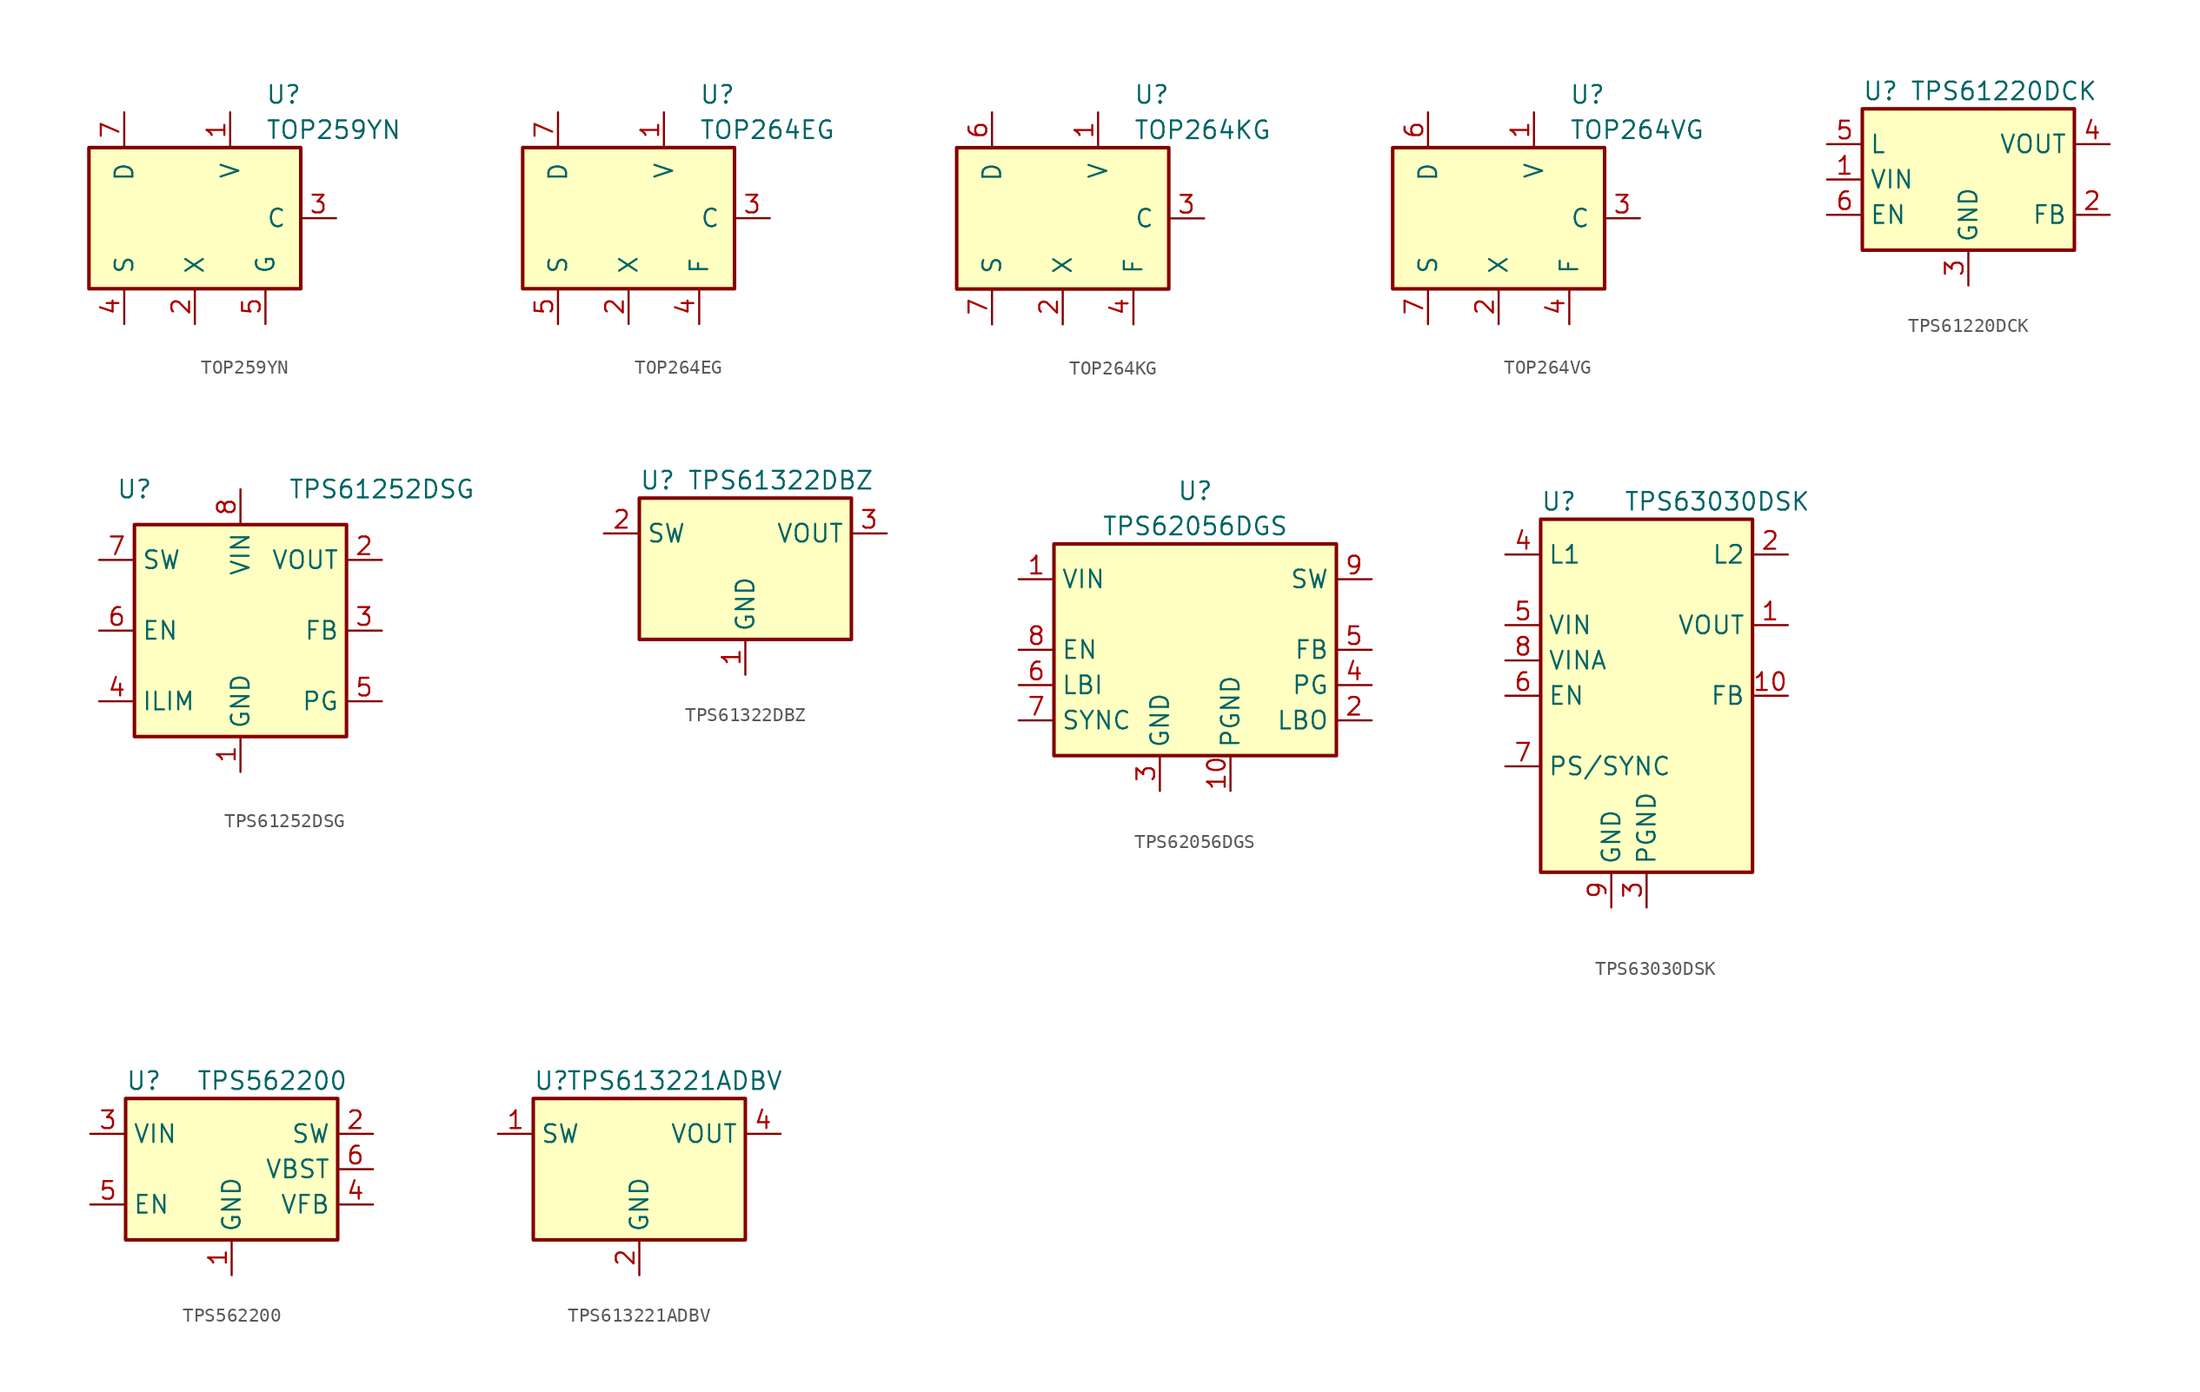
<source format=kicad_sym>
(kicad_symbol_lib
  (version 20201005)
  (generator kicad_symbol_editor)
  (symbol "TOP259YN"
    (pin_names
      (offset 1.016))
    (property "Reference" "U"
      (at 5.08 8.89 0)
      (effects (font (size 1.27 1.27)) (justify left)))
    (property "Value" "TOP259YN"
      (at 5.08 6.35 0)
      (effects (font (size 1.27 1.27)) (justify left)))
    (symbol "TOP259YN_0_1"
      (rectangle (start -7.62 5.08) (end 7.62 -5.08) (stroke (width 0.254)) (fill (type background))))
    (symbol "TOP259YN_1_1"
      (pin input line (at 2.54 7.62 270) (length 2.54) (name "V" (effects (font (size 1.27 1.27)))) (number "1" (effects (font (size 1.27 1.27)))))
      (pin input line (at 0 -7.62 90) (length 2.54) (name "X" (effects (font (size 1.27 1.27)))) (number "2" (effects (font (size 1.27 1.27)))))
      (pin input line (at 10.16 0 180) (length 2.54) (name "C" (effects (font (size 1.27 1.27)))) (number "3" (effects (font (size 1.27 1.27)))))
      (pin power_in line (at -5.08 -7.62 90) (length 2.54) (name "S" (effects (font (size 1.27 1.27)))) (number "4" (effects (font (size 1.27 1.27)))))
      (pin passive line (at 5.08 -7.62 90) (length 2.54) (name "G" (effects (font (size 1.27 1.27)))) (number "5" (effects (font (size 1.27 1.27)))))
      (pin open_collector line (at -5.08 7.62 270) (length 2.54) (name "D" (effects (font (size 1.27 1.27)))) (number "7" (effects (font (size 1.27 1.27)))))))
  (symbol "TOP264EG"
    (pin_names
      (offset 1.016))
    (property "Reference" "U"
      (at 5.08 8.89 0)
      (effects (font (size 1.27 1.27)) (justify left)))
    (property "Value" "TOP264EG"
      (at 5.08 6.35 0)
      (effects (font (size 1.27 1.27)) (justify left)))
    (symbol "TOP264EG_0_1"
      (rectangle (start -7.62 5.08) (end 7.62 -5.08) (stroke (width 0.254)) (fill (type background))))
    (symbol "TOP264EG_1_1"
      (pin input line (at 2.54 7.62 270) (length 2.54) (name "V" (effects (font (size 1.27 1.27)))) (number "1" (effects (font (size 1.27 1.27)))))
      (pin input line (at 0 -7.62 90) (length 2.54) (name "X" (effects (font (size 1.27 1.27)))) (number "2" (effects (font (size 1.27 1.27)))))
      (pin input line (at 10.16 0 180) (length 2.54) (name "C" (effects (font (size 1.27 1.27)))) (number "3" (effects (font (size 1.27 1.27)))))
      (pin passive line (at 5.08 -7.62 90) (length 2.54) (name "F" (effects (font (size 1.27 1.27)))) (number "4" (effects (font (size 1.27 1.27)))))
      (pin power_in line (at -5.08 -7.62 90) (length 2.54) (name "S" (effects (font (size 1.27 1.27)))) (number "5" (effects (font (size 1.27 1.27)))))
      (pin open_collector line (at -5.08 7.62 270) (length 2.54) (name "D" (effects (font (size 1.27 1.27)))) (number "7" (effects (font (size 1.27 1.27)))))))
  (symbol "TOP264KG"
    (pin_names
      (offset 1.016))
    (property "Reference" "U"
      (at 5.08 8.89 0)
      (effects (font (size 1.27 1.27)) (justify left)))
    (property "Value" "TOP264KG"
      (at 5.08 6.35 0)
      (effects (font (size 1.27 1.27)) (justify left)))
    (symbol "TOP264KG_0_1"
      (rectangle (start -7.62 5.08) (end 7.62 -5.08) (stroke (width 0.254)) (fill (type background))))
    (symbol "TOP264KG_1_1"
      (pin input line (at 2.54 7.62 270) (length 2.54) (name "V" (effects (font (size 1.27 1.27)))) (number "1" (effects (font (size 1.27 1.27)))))
      (pin passive line (at -5.08 -7.62 90) (length 2.54) hide (name "S" (effects (font (size 1.27 1.27)))) (number "10" (effects (font (size 1.27 1.27)))))
      (pin passive line (at -5.08 -7.62 90) (length 2.54) hide (name "S" (effects (font (size 1.27 1.27)))) (number "11" (effects (font (size 1.27 1.27)))))
      (pin passive line (at -5.08 -7.62 90) (length 2.54) hide (name "S" (effects (font (size 1.27 1.27)))) (number "12" (effects (font (size 1.27 1.27)))))
      (pin input line (at 0 -7.62 90) (length 2.54) (name "X" (effects (font (size 1.27 1.27)))) (number "2" (effects (font (size 1.27 1.27)))))
      (pin input line (at 10.16 0 180) (length 2.54) (name "C" (effects (font (size 1.27 1.27)))) (number "3" (effects (font (size 1.27 1.27)))))
      (pin passive line (at 5.08 -7.62 90) (length 2.54) (name "F" (effects (font (size 1.27 1.27)))) (number "4" (effects (font (size 1.27 1.27)))))
      (pin open_collector line (at -5.08 7.62 270) (length 2.54) (name "D" (effects (font (size 1.27 1.27)))) (number "6" (effects (font (size 1.27 1.27)))))
      (pin power_in line (at -5.08 -7.62 90) (length 2.54) (name "S" (effects (font (size 1.27 1.27)))) (number "7" (effects (font (size 1.27 1.27)))))
      (pin passive line (at -5.08 -7.62 90) (length 2.54) hide (name "S" (effects (font (size 1.27 1.27)))) (number "8" (effects (font (size 1.27 1.27)))))
      (pin passive line (at -5.08 -7.62 90) (length 2.54) hide (name "S" (effects (font (size 1.27 1.27)))) (number "9" (effects (font (size 1.27 1.27)))))))
  (symbol "TOP264VG"
    (pin_names
      (offset 1.016))
    (property "Reference" "U"
      (at 5.08 8.89 0)
      (effects (font (size 1.27 1.27)) (justify left)))
    (property "Value" "TOP264VG"
      (at 5.08 6.35 0)
      (effects (font (size 1.27 1.27)) (justify left)))
    (symbol "TOP264VG_0_1"
      (rectangle (start -7.62 5.08) (end 7.62 -5.08) (stroke (width 0.254)) (fill (type background))))
    (symbol "TOP264VG_1_1"
      (pin input line (at 2.54 7.62 270) (length 2.54) (name "V" (effects (font (size 1.27 1.27)))) (number "1" (effects (font (size 1.27 1.27)))))
      (pin passive line (at -5.08 -7.62 90) (length 2.54) hide (name "S" (effects (font (size 1.27 1.27)))) (number "10" (effects (font (size 1.27 1.27)))))
      (pin passive line (at -5.08 -7.62 90) (length 2.54) hide (name "S" (effects (font (size 1.27 1.27)))) (number "11" (effects (font (size 1.27 1.27)))))
      (pin passive line (at -5.08 -7.62 90) (length 2.54) hide (name "S" (effects (font (size 1.27 1.27)))) (number "12" (effects (font (size 1.27 1.27)))))
      (pin input line (at 0 -7.62 90) (length 2.54) (name "X" (effects (font (size 1.27 1.27)))) (number "2" (effects (font (size 1.27 1.27)))))
      (pin input line (at 10.16 0 180) (length 2.54) (name "C" (effects (font (size 1.27 1.27)))) (number "3" (effects (font (size 1.27 1.27)))))
      (pin passive line (at 5.08 -7.62 90) (length 2.54) (name "F" (effects (font (size 1.27 1.27)))) (number "4" (effects (font (size 1.27 1.27)))))
      (pin open_collector line (at -5.08 7.62 270) (length 2.54) (name "D" (effects (font (size 1.27 1.27)))) (number "6" (effects (font (size 1.27 1.27)))))
      (pin power_in line (at -5.08 -7.62 90) (length 2.54) (name "S" (effects (font (size 1.27 1.27)))) (number "7" (effects (font (size 1.27 1.27)))))
      (pin passive line (at -5.08 -7.62 90) (length 2.54) hide (name "S" (effects (font (size 1.27 1.27)))) (number "8" (effects (font (size 1.27 1.27)))))
      (pin passive line (at -5.08 -7.62 90) (length 2.54) hide (name "S" (effects (font (size 1.27 1.27)))) (number "9" (effects (font (size 1.27 1.27)))))))
  (symbol "TPS61220DCK"
    (property "Reference" "U"
      (at -7.62 6.35 0)
      (effects (font (size 1.27 1.27)) (justify left)))
    (property "Value" "TPS61220DCK"
      (at 2.54 6.35 0)
      (effects (font (size 1.27 1.27))))
    (symbol "TPS61220DCK_0_1"
      (rectangle (start -7.62 5.08) (end 7.62 -5.08) (stroke (width 0.254)) (fill (type background))))
    (symbol "TPS61220DCK_1_1"
      (pin power_in line (at -10.16 0 0) (length 2.54) (name "VIN" (effects (font (size 1.27 1.27)))) (number "1" (effects (font (size 1.27 1.27)))))
      (pin input line (at 10.16 -2.54 180) (length 2.54) (name "FB" (effects (font (size 1.27 1.27)))) (number "2" (effects (font (size 1.27 1.27)))))
      (pin power_in line (at 0 -7.62 90) (length 2.54) (name "GND" (effects (font (size 1.27 1.27)))) (number "3" (effects (font (size 1.27 1.27)))))
      (pin power_out line (at 10.16 2.54 180) (length 2.54) (name "VOUT" (effects (font (size 1.27 1.27)))) (number "4" (effects (font (size 1.27 1.27)))))
      (pin power_in line (at -10.16 2.54 0) (length 2.54) (name "L" (effects (font (size 1.27 1.27)))) (number "5" (effects (font (size 1.27 1.27)))))
      (pin input line (at -10.16 -2.54 0) (length 2.54) (name "EN" (effects (font (size 1.27 1.27)))) (number "6" (effects (font (size 1.27 1.27)))))))
  (symbol "TPS61252DSG"
    (property "Reference" "U"
      (at -7.62 10.16 0)
      (effects (font (size 1.27 1.27))))
    (property "Value" "TPS61252DSG"
      (at 10.16 10.16 0)
      (effects (font (size 1.27 1.27))))
    (symbol "TPS61252DSG_1_1"
      (rectangle (start -7.62 7.62) (end 7.62 -7.62) (stroke (width 0.254)) (fill (type background)))
      (pin power_in line (at 0 -10.16 90) (length 2.54) (name "GND" (effects (font (size 1.27 1.27)))) (number "1" (effects (font (size 1.27 1.27)))))
      (pin power_out line (at 10.16 5.08 180) (length 2.54) (name "VOUT" (effects (font (size 1.27 1.27)))) (number "2" (effects (font (size 1.27 1.27)))))
      (pin input line (at 10.16 0 180) (length 2.54) (name "FB" (effects (font (size 1.27 1.27)))) (number "3" (effects (font (size 1.27 1.27)))))
      (pin input line (at -10.16 -5.08 0) (length 2.54) (name "ILIM" (effects (font (size 1.27 1.27)))) (number "4" (effects (font (size 1.27 1.27)))))
      (pin open_collector line (at 10.16 -5.08 180) (length 2.54) (name "PG" (effects (font (size 1.27 1.27)))) (number "5" (effects (font (size 1.27 1.27)))))
      (pin input line (at -10.16 0 0) (length 2.54) (name "EN" (effects (font (size 1.27 1.27)))) (number "6" (effects (font (size 1.27 1.27)))))
      (pin passive line (at -10.16 5.08 0) (length 2.54) (name "SW" (effects (font (size 1.27 1.27)))) (number "7" (effects (font (size 1.27 1.27)))))
      (pin power_in line (at 0 10.16 270) (length 2.54) (name "VIN" (effects (font (size 1.27 1.27)))) (number "8" (effects (font (size 1.27 1.27)))))
      (pin passive line (at 0 -10.16 90) (length 2.54) hide (name "GND" (effects (font (size 1.27 1.27)))) (number "9" (effects (font (size 1.27 1.27)))))))
  (symbol "TPS61322DBZ"
    (property "Reference" "U"
      (at -7.62 6.35 0)
      (effects (font (size 1.27 1.27)) (justify left)))
    (property "Value" "TPS61322DBZ"
      (at 2.54 6.35 0)
      (effects (font (size 1.27 1.27))))
    (symbol "TPS61322DBZ_0_1"
      (rectangle (start -7.62 5.08) (end 7.62 -5.08) (stroke (width 0.254)) (fill (type background))))
    (symbol "TPS61322DBZ_1_1"
      (pin power_in line (at 0 -7.62 90) (length 2.54) (name "GND" (effects (font (size 1.27 1.27)))) (number "1" (effects (font (size 1.27 1.27)))))
      (pin power_in line (at -10.16 2.54 0) (length 2.54) (name "SW" (effects (font (size 1.27 1.27)))) (number "2" (effects (font (size 1.27 1.27)))))
      (pin power_out line (at 10.16 2.54 180) (length 2.54) (name "VOUT" (effects (font (size 1.27 1.27)))) (number "3" (effects (font (size 1.27 1.27)))))))
  (symbol "TPS62056DGS"
    (property "Reference" "U"
      (at 0 11.43 0)
      (effects (font (size 1.27 1.27))))
    (property "Value" "TPS62056DGS"
      (at 0 8.89 0)
      (effects (font (size 1.27 1.27))))
    (symbol "TPS62056DGS_1_1"
      (rectangle (start -10.16 7.62) (end 10.16 -7.62) (stroke (width 0.254)) (fill (type background)))
      (pin power_in line (at -12.7 5.08 0) (length 2.54) (name "VIN" (effects (font (size 1.27 1.27)))) (number "1" (effects (font (size 1.27 1.27)))))
      (pin power_in line (at 2.54 -10.16 90) (length 2.54) (name "PGND" (effects (font (size 1.27 1.27)))) (number "10" (effects (font (size 1.27 1.27)))))
      (pin open_collector line (at 12.7 -5.08 180) (length 2.54) (name "LBO" (effects (font (size 1.27 1.27)))) (number "2" (effects (font (size 1.27 1.27)))))
      (pin power_in line (at -2.54 -10.16 90) (length 2.54) (name "GND" (effects (font (size 1.27 1.27)))) (number "3" (effects (font (size 1.27 1.27)))))
      (pin open_collector line (at 12.7 -2.54 180) (length 2.54) (name "PG" (effects (font (size 1.27 1.27)))) (number "4" (effects (font (size 1.27 1.27)))))
      (pin input line (at 12.7 0 180) (length 2.54) (name "FB" (effects (font (size 1.27 1.27)))) (number "5" (effects (font (size 1.27 1.27)))))
      (pin input line (at -12.7 -2.54 0) (length 2.54) (name "LBI" (effects (font (size 1.27 1.27)))) (number "6" (effects (font (size 1.27 1.27)))))
      (pin input line (at -12.7 -5.08 0) (length 2.54) (name "SYNC" (effects (font (size 1.27 1.27)))) (number "7" (effects (font (size 1.27 1.27)))))
      (pin input line (at -12.7 0 0) (length 2.54) (name "EN" (effects (font (size 1.27 1.27)))) (number "8" (effects (font (size 1.27 1.27)))))
      (pin power_out line (at 12.7 5.08 180) (length 2.54) (name "SW" (effects (font (size 1.27 1.27)))) (number "9" (effects (font (size 1.27 1.27)))))))
  (symbol "TPS63030DSK"
    (property "Reference" "U"
      (at -7.62 13.97 0)
      (effects (font (size 1.27 1.27)) (justify left)))
    (property "Value" "TPS63030DSK"
      (at 5.08 13.97 0)
      (effects (font (size 1.27 1.27))))
    (symbol "TPS63030DSK_0_1"
      (rectangle (start -7.62 12.7) (end 7.62 -12.7) (stroke (width 0.254)) (fill (type background))))
    (symbol "TPS63030DSK_1_1"
      (pin power_out line (at 10.16 5.08 180) (length 2.54) (name "VOUT" (effects (font (size 1.27 1.27)))) (number "1" (effects (font (size 1.27 1.27)))))
      (pin input line (at 10.16 0 180) (length 2.54) (name "FB" (effects (font (size 1.27 1.27)))) (number "10" (effects (font (size 1.27 1.27)))))
      (pin passive line (at 0 -15.24 90) (length 2.54) hide (name "PGND" (effects (font (size 1.27 1.27)))) (number "11" (effects (font (size 1.27 1.27)))))
      (pin input line (at 10.16 10.16 180) (length 2.54) (name "L2" (effects (font (size 1.27 1.27)))) (number "2" (effects (font (size 1.27 1.27)))))
      (pin power_in line (at 0 -15.24 90) (length 2.54) (name "PGND" (effects (font (size 1.27 1.27)))) (number "3" (effects (font (size 1.27 1.27)))))
      (pin input line (at -10.16 10.16 0) (length 2.54) (name "L1" (effects (font (size 1.27 1.27)))) (number "4" (effects (font (size 1.27 1.27)))))
      (pin power_in line (at -10.16 5.08 0) (length 2.54) (name "VIN" (effects (font (size 1.27 1.27)))) (number "5" (effects (font (size 1.27 1.27)))))
      (pin input line (at -10.16 0 0) (length 2.54) (name "EN" (effects (font (size 1.27 1.27)))) (number "6" (effects (font (size 1.27 1.27)))))
      (pin input line (at -10.16 -5.08 0) (length 2.54) (name "PS/SYNC" (effects (font (size 1.27 1.27)))) (number "7" (effects (font (size 1.27 1.27)))))
      (pin passive line (at -10.16 2.54 0) (length 2.54) (name "VINA" (effects (font (size 1.27 1.27)))) (number "8" (effects (font (size 1.27 1.27)))))
      (pin power_in line (at -2.54 -15.24 90) (length 2.54) (name "GND" (effects (font (size 1.27 1.27)))) (number "9" (effects (font (size 1.27 1.27)))))))
  (symbol "TPS562200"
    (property "Reference" "U"
      (at -7.62 6.35 0)
      (effects (font (size 1.27 1.27)) (justify left)))
    (property "Value" "TPS562200"
      (at -2.54 6.35 0)
      (effects (font (size 1.27 1.27)) (justify left)))
    (symbol "TPS562200_0_1"
      (rectangle (start -7.62 5.08) (end 7.62 -5.08) (stroke (width 0.254)) (fill (type background))))
    (symbol "TPS562200_1_1"
      (pin power_in line (at 0 -7.62 90) (length 2.54) (name "GND" (effects (font (size 1.27 1.27)))) (number "1" (effects (font (size 1.27 1.27)))))
      (pin output line (at 10.16 2.54 180) (length 2.54) (name "SW" (effects (font (size 1.27 1.27)))) (number "2" (effects (font (size 1.27 1.27)))))
      (pin power_in line (at -10.16 2.54 0) (length 2.54) (name "VIN" (effects (font (size 1.27 1.27)))) (number "3" (effects (font (size 1.27 1.27)))))
      (pin input line (at 10.16 -2.54 180) (length 2.54) (name "VFB" (effects (font (size 1.27 1.27)))) (number "4" (effects (font (size 1.27 1.27)))))
      (pin input line (at -10.16 -2.54 0) (length 2.54) (name "EN" (effects (font (size 1.27 1.27)))) (number "5" (effects (font (size 1.27 1.27)))))
      (pin passive line (at 10.16 0 180) (length 2.54) (name "VBST" (effects (font (size 1.27 1.27)))) (number "6" (effects (font (size 1.27 1.27)))))))
  (symbol "TPS613221ADBV"
    (property "Reference" "U"
      (at -7.62 6.35 0)
      (effects (font (size 1.27 1.27)) (justify left)))
    (property "Value" "TPS613221ADBV"
      (at 2.54 6.35 0)
      (effects (font (size 1.27 1.27))))
    (symbol "TPS613221ADBV_0_1"
      (rectangle (start -7.62 5.08) (end 7.62 -5.08) (stroke (width 0.254)) (fill (type background))))
    (symbol "TPS613221ADBV_1_1"
      (pin power_in line (at -10.16 2.54 0) (length 2.54) (name "SW" (effects (font (size 1.27 1.27)))) (number "1" (effects (font (size 1.27 1.27)))))
      (pin power_in line (at 0 -7.62 90) (length 2.54) (name "GND" (effects (font (size 1.27 1.27)))) (number "2" (effects (font (size 1.27 1.27)))))
      (pin no_connect line (at -7.62 -2.54 0) (length 2.54) hide (name "NC" (effects (font (size 1.27 1.27)))) (number "3" (effects (font (size 1.27 1.27)))))
      (pin power_out line (at 10.16 2.54 180) (length 2.54) (name "VOUT" (effects (font (size 1.27 1.27)))) (number "4" (effects (font (size 1.27 1.27)))))
      (pin no_connect line (at 7.62 -2.54 180) (length 2.54) hide (name "NC" (effects (font (size 1.27 1.27)))) (number "5" (effects (font (size 1.27 1.27))))))))
</source>
